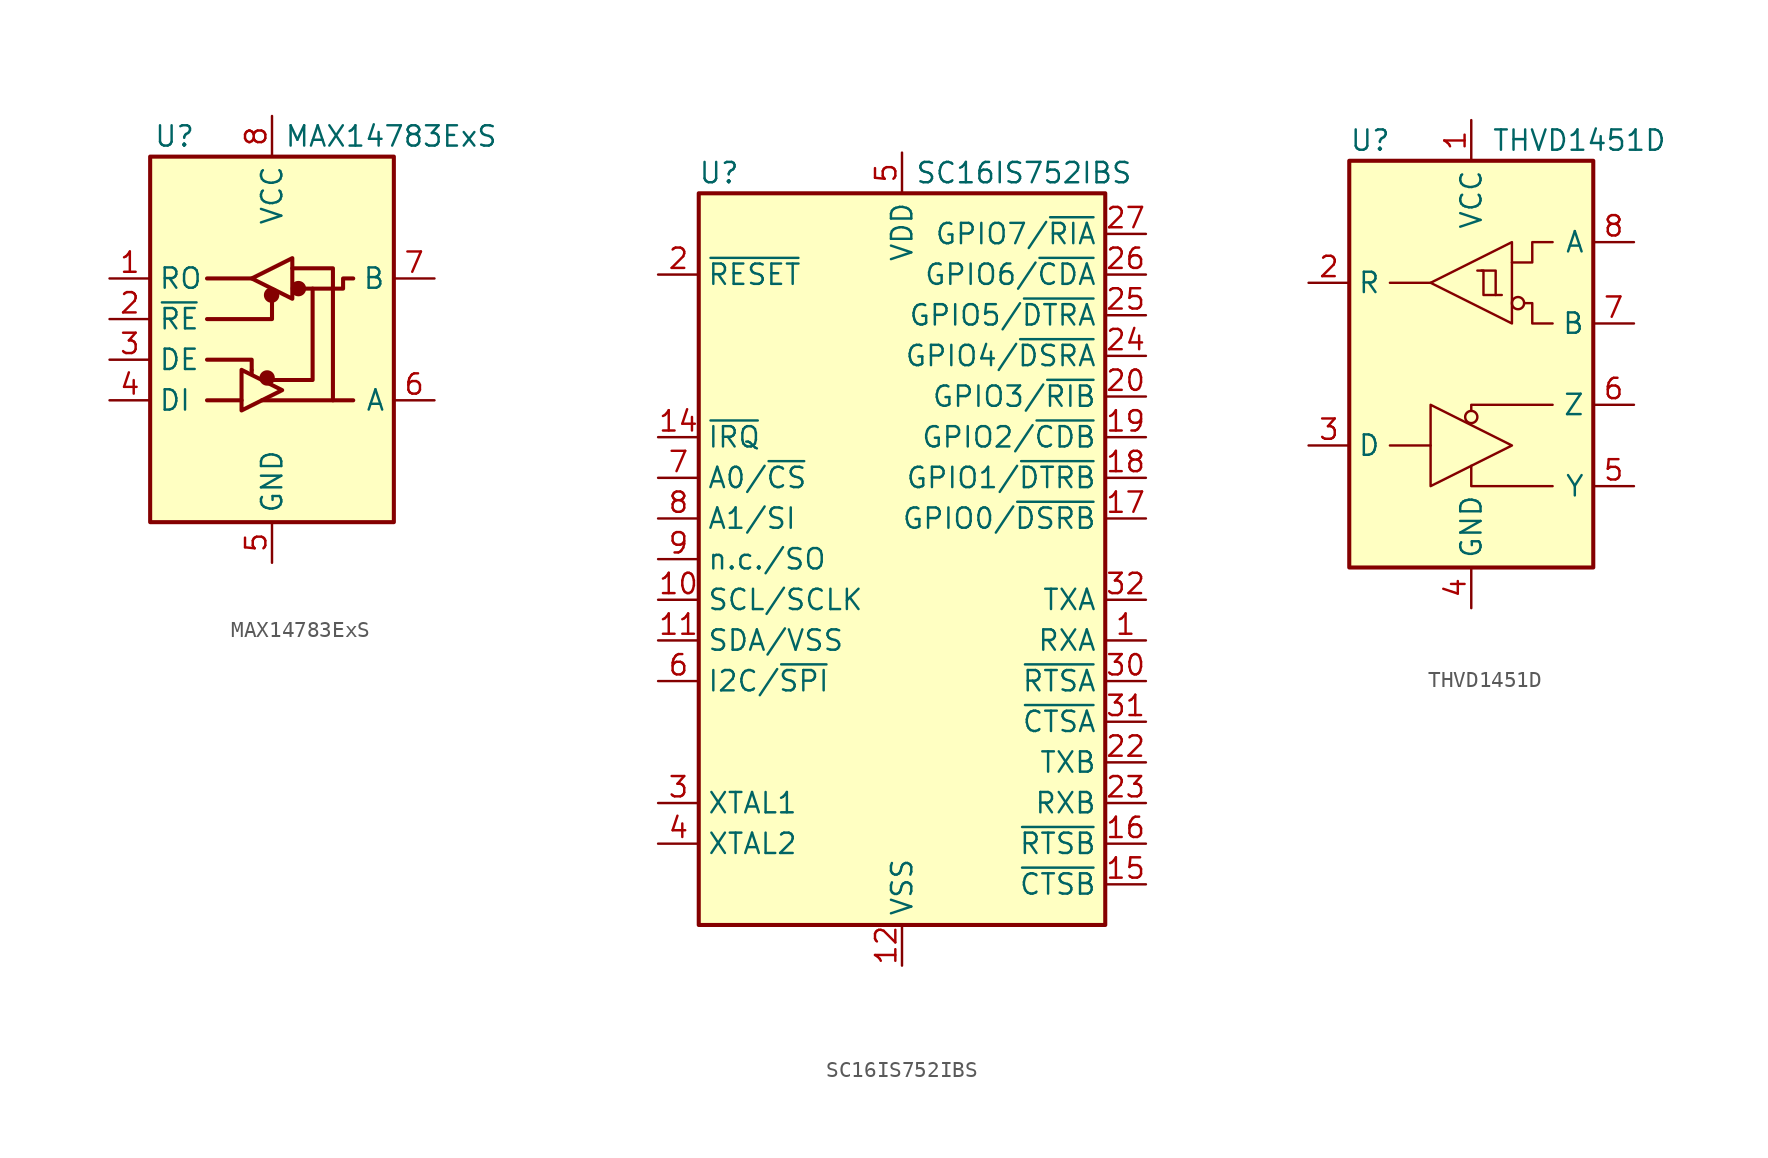
<source format=kicad_sym>
(kicad_symbol_lib
  (version 20220914)
  (generator kicad_symbol_editor)
  (symbol "MAX14783ExS"
    (property "Reference" "U"
      (at -6.096 11.43 0)
      (effects (font (size 1.27 1.27))))
    (property "Value" "MAX14783ExS"
      (at 0.762 11.43 0)
      (effects (font (size 1.27 1.27)) (justify left)))
    (symbol "MAX14783ExS_0_1"
      (rectangle (start -7.62 10.16) (end 7.62 -12.7) (stroke (width 0.254) (type default)) (fill (type background)))
      (circle (center -0.305 -3.683) (radius 0.356) (stroke (width 0.254) (type default)) (fill (type outline)))
      (circle (center -0.025 1.499) (radius 0.356) (stroke (width 0.254) (type default)) (fill (type outline)))
      (polyline (pts (xy -4.064 -5.08) (xy -1.905 -5.08)) (stroke (width 0.254) (type default)) (fill (type none)))
      (polyline (pts (xy -4.064 2.54) (xy -1.27 2.54)) (stroke (width 0.254) (type default)) (fill (type none)))
      (polyline (pts (xy -1.27 -3.2) (xy -1.27 -3.454)) (stroke (width 0.254) (type default)) (fill (type none)))
      (polyline (pts (xy -0.635 -5.08) (xy 5.08 -5.08)) (stroke (width 0.254) (type default)) (fill (type none)))
      (polyline (pts (xy -4.064 -2.54) (xy -1.27 -2.54) (xy -1.27 -3.175)) (stroke (width 0.254) (type default)) (fill (type none)))
      (polyline (pts (xy 0 1.27) (xy 0 0) (xy -4.064 0)) (stroke (width 0.254) (type default)) (fill (type none)))
      (polyline (pts (xy 1.27 3.175) (xy 3.81 3.175) (xy 3.81 -5.08)) (stroke (width 0.254) (type default)) (fill (type none)))
      (polyline (pts (xy 2.54 1.905) (xy 2.54 -3.81) (xy 0 -3.81)) (stroke (width 0.254) (type default)) (fill (type none)))
      (polyline (pts (xy -1.905 -3.175) (xy -1.905 -5.715) (xy 0.635 -4.445) (xy -1.905 -3.175)) (stroke (width 0.254) (type default)) (fill (type none)))
      (polyline (pts (xy -1.27 2.54) (xy 1.27 3.81) (xy 1.27 1.27) (xy -1.27 2.54)) (stroke (width 0.254) (type default)) (fill (type none)))
      (polyline (pts (xy 1.905 1.905) (xy 4.445 1.905) (xy 4.445 2.54) (xy 5.08 2.54)) (stroke (width 0.254) (type default)) (fill (type none)))
      (rectangle (start 1.27 3.175) (end 1.27 3.175) (stroke (width 0) (type default)) (fill (type none)))
      (circle (center 1.651 1.905) (radius 0.356) (stroke (width 0.254) (type default)) (fill (type outline))))
    (symbol "MAX14783ExS_1_1"
      (pin output line (at -10.16 2.54 0) (length 2.54) (name "RO" (effects (font (size 1.27 1.27)))) (number "1" (effects (font (size 1.27 1.27)))))
      (pin input line (at -10.16 0 0) (length 2.54) (name "~{RE}" (effects (font (size 1.27 1.27)))) (number "2" (effects (font (size 1.27 1.27)))))
      (pin input line (at -10.16 -2.54 0) (length 2.54) (name "DE" (effects (font (size 1.27 1.27)))) (number "3" (effects (font (size 1.27 1.27)))))
      (pin input line (at -10.16 -5.08 0) (length 2.54) (name "DI" (effects (font (size 1.27 1.27)))) (number "4" (effects (font (size 1.27 1.27)))))
      (pin power_in line (at 0 -15.24 90) (length 2.54) (name "GND" (effects (font (size 1.27 1.27)))) (number "5" (effects (font (size 1.27 1.27)))))
      (pin bidirectional line (at 10.16 -5.08 180) (length 2.54) (name "A" (effects (font (size 1.27 1.27)))) (number "6" (effects (font (size 1.27 1.27)))))
      (pin bidirectional line (at 10.16 2.54 180) (length 2.54) (name "B" (effects (font (size 1.27 1.27)))) (number "7" (effects (font (size 1.27 1.27)))))
      (pin power_in line (at 0 12.7 270) (length 2.54) (name "VCC" (effects (font (size 1.27 1.27)))) (number "8" (effects (font (size 1.27 1.27)))))))
  (symbol "SC16IS752IBS"
    (property "Reference" "U"
      (at -11.43 24.13 0)
      (effects (font (size 1.27 1.27))))
    (property "Value" "SC16IS752IBS"
      (at 7.62 24.13 0)
      (effects (font (size 1.27 1.27))))
    (symbol "SC16IS752IBS_0_1"
      (rectangle (start -12.7 22.86) (end 12.7 -22.86) (stroke (width 0.254) (type default)) (fill (type background))))
    (symbol "SC16IS752IBS_1_1"
      (pin input line (at 15.24 -5.08 180) (length 2.54) (name "RXA" (effects (font (size 1.27 1.27)))) (number "1" (effects (font (size 1.27 1.27)))))
      (pin input line (at -15.24 -2.54 0) (length 2.54) (name "SCL/SCLK" (effects (font (size 1.27 1.27)))) (number "10" (effects (font (size 1.27 1.27)))))
      (pin bidirectional line (at -15.24 -5.08 0) (length 2.54) (name "SDA/VSS" (effects (font (size 1.27 1.27)))) (number "11" (effects (font (size 1.27 1.27)))))
      (pin power_in line (at 0 -25.4 90) (length 2.54) (name "VSS" (effects (font (size 1.27 1.27)))) (number "12" (effects (font (size 1.27 1.27)))))
      (pin passive line (at 0 25.4 270) (length 2.54) hide (name "VDD" (effects (font (size 1.27 1.27)))) (number "13" (effects (font (size 1.27 1.27)))))
      (pin open_collector line (at -15.24 7.62 0) (length 2.54) (name "~{IRQ}" (effects (font (size 1.27 1.27)))) (number "14" (effects (font (size 1.27 1.27)))))
      (pin input line (at 15.24 -20.32 180) (length 2.54) (name "~{CTSB}" (effects (font (size 1.27 1.27)))) (number "15" (effects (font (size 1.27 1.27)))))
      (pin output line (at 15.24 -17.78 180) (length 2.54) (name "~{RTSB}" (effects (font (size 1.27 1.27)))) (number "16" (effects (font (size 1.27 1.27)))))
      (pin bidirectional line (at 15.24 2.54 180) (length 2.54) (name "GPIO0/~{DSRB}" (effects (font (size 1.27 1.27)))) (number "17" (effects (font (size 1.27 1.27)))))
      (pin bidirectional line (at 15.24 5.08 180) (length 2.54) (name "GPIO1/~{DTRB}" (effects (font (size 1.27 1.27)))) (number "18" (effects (font (size 1.27 1.27)))))
      (pin bidirectional line (at 15.24 7.62 180) (length 2.54) (name "GPIO2/~{CDB}" (effects (font (size 1.27 1.27)))) (number "19" (effects (font (size 1.27 1.27)))))
      (pin input line (at -15.24 17.78 0) (length 2.54) (name "~{RESET}" (effects (font (size 1.27 1.27)))) (number "2" (effects (font (size 1.27 1.27)))))
      (pin bidirectional line (at 15.24 10.16 180) (length 2.54) (name "GPIO3/~{RIB}" (effects (font (size 1.27 1.27)))) (number "20" (effects (font (size 1.27 1.27)))))
      (pin passive line (at 0 -25.4 90) (length 2.54) hide (name "VSS" (effects (font (size 1.27 1.27)))) (number "21" (effects (font (size 1.27 1.27)))))
      (pin output line (at 15.24 -12.7 180) (length 2.54) (name "TXB" (effects (font (size 1.27 1.27)))) (number "22" (effects (font (size 1.27 1.27)))))
      (pin input line (at 15.24 -15.24 180) (length 2.54) (name "RXB" (effects (font (size 1.27 1.27)))) (number "23" (effects (font (size 1.27 1.27)))))
      (pin bidirectional line (at 15.24 12.7 180) (length 2.54) (name "GPIO4/~{DSRA}" (effects (font (size 1.27 1.27)))) (number "24" (effects (font (size 1.27 1.27)))))
      (pin bidirectional line (at 15.24 15.24 180) (length 2.54) (name "GPIO5/~{DTRA}" (effects (font (size 1.27 1.27)))) (number "25" (effects (font (size 1.27 1.27)))))
      (pin bidirectional line (at 15.24 17.78 180) (length 2.54) (name "GPIO6/~{CDA}" (effects (font (size 1.27 1.27)))) (number "26" (effects (font (size 1.27 1.27)))))
      (pin bidirectional line (at 15.24 20.32 180) (length 2.54) (name "GPIO7/~{RIA}" (effects (font (size 1.27 1.27)))) (number "27" (effects (font (size 1.27 1.27)))))
      (pin passive line (at 0 25.4 270) (length 2.54) hide (name "VDD" (effects (font (size 1.27 1.27)))) (number "28" (effects (font (size 1.27 1.27)))))
      (pin passive line (at 0 -25.4 90) (length 2.54) hide (name "VSS" (effects (font (size 1.27 1.27)))) (number "29" (effects (font (size 1.27 1.27)))))
      (pin input line (at -15.24 -15.24 0) (length 2.54) (name "XTAL1" (effects (font (size 1.27 1.27)))) (number "3" (effects (font (size 1.27 1.27)))))
      (pin output line (at 15.24 -7.62 180) (length 2.54) (name "~{RTSA}" (effects (font (size 1.27 1.27)))) (number "30" (effects (font (size 1.27 1.27)))))
      (pin input line (at 15.24 -10.16 180) (length 2.54) (name "~{CTSA}" (effects (font (size 1.27 1.27)))) (number "31" (effects (font (size 1.27 1.27)))))
      (pin output line (at 15.24 -2.54 180) (length 2.54) (name "TXA" (effects (font (size 1.27 1.27)))) (number "32" (effects (font (size 1.27 1.27)))))
      (pin passive line (at 0 -25.4 90) (length 2.54) hide (name "VSS" (effects (font (size 1.27 1.27)))) (number "33" (effects (font (size 1.27 1.27)))))
      (pin output line (at -15.24 -17.78 0) (length 2.54) (name "XTAL2" (effects (font (size 1.27 1.27)))) (number "4" (effects (font (size 1.27 1.27)))))
      (pin power_in line (at 0 25.4 270) (length 2.54) (name "VDD" (effects (font (size 1.27 1.27)))) (number "5" (effects (font (size 1.27 1.27)))))
      (pin input line (at -15.24 -7.62 0) (length 2.54) (name "I2C/~{SPI}" (effects (font (size 1.27 1.27)))) (number "6" (effects (font (size 1.27 1.27)))))
      (pin input line (at -15.24 5.08 0) (length 2.54) (name "A0/~{CS}" (effects (font (size 1.27 1.27)))) (number "7" (effects (font (size 1.27 1.27)))))
      (pin input line (at -15.24 2.54 0) (length 2.54) (name "A1/SI" (effects (font (size 1.27 1.27)))) (number "8" (effects (font (size 1.27 1.27)))))
      (pin output line (at -15.24 0 0) (length 2.54) (name "n.c./SO" (effects (font (size 1.27 1.27)))) (number "9" (effects (font (size 1.27 1.27)))))))
  (symbol "THVD1451D"
    (property "Reference" "U"
      (at -7.62 13.97 0)
      (effects (font (size 1.27 1.27)) (justify left)))
    (property "Value" "THVD1451D"
      (at 1.27 13.97 0)
      (effects (font (size 1.27 1.27)) (justify left)))
    (symbol "THVD1451D_0_1"
      (rectangle (start -7.62 12.7) (end 7.62 -12.7) (stroke (width 0.254) (type default)) (fill (type background)))
      (circle (center 0 -3.302) (radius 0.381) (stroke (width 0) (type default)) (fill (type none)))
      (polyline (pts (xy -5.08 -5.08) (xy -2.54 -5.08)) (stroke (width 0) (type default)) (fill (type none)))
      (polyline (pts (xy -2.54 5.08) (xy -5.08 5.08)) (stroke (width 0) (type default)) (fill (type none)))
      (polyline (pts (xy 1.524 4.318) (xy 1.524 5.842) (xy 0.635 5.842)) (stroke (width 0) (type default)) (fill (type none)))
      (polyline (pts (xy 5.08 -7.62) (xy 0 -7.62) (xy 0 -6.35)) (stroke (width 0) (type default)) (fill (type none)))
      (polyline (pts (xy 5.08 -2.54) (xy 0 -2.54) (xy 0 -2.921)) (stroke (width 0) (type default)) (fill (type none)))
      (polyline (pts (xy -2.54 -2.54) (xy -2.54 -7.62) (xy 2.54 -5.08) (xy -2.54 -2.54)) (stroke (width 0) (type default)) (fill (type none)))
      (polyline (pts (xy 2.54 6.35) (xy 3.81 6.35) (xy 3.81 7.62) (xy 5.08 7.62)) (stroke (width 0) (type default)) (fill (type none)))
      (polyline (pts (xy 2.54 7.62) (xy 2.54 2.54) (xy -2.54 5.08) (xy 2.54 7.62)) (stroke (width 0) (type default)) (fill (type none)))
      (polyline (pts (xy 3.302 3.81) (xy 3.81 3.81) (xy 3.81 2.54) (xy 5.08 2.54)) (stroke (width 0) (type default)) (fill (type none)))
      (polyline (pts (xy 1.905 4.318) (xy 0.889 4.318) (xy 0.762 4.318) (xy 0.762 5.842) (xy 0.381 5.842)) (stroke (width 0) (type default)) (fill (type none)))
      (circle (center 2.921 3.81) (radius 0.381) (stroke (width 0) (type default)) (fill (type none))))
    (symbol "THVD1451D_1_1"
      (pin power_in line (at 0 15.24 270) (length 2.54) (name "VCC" (effects (font (size 1.27 1.27)))) (number "1" (effects (font (size 1.27 1.27)))))
      (pin output line (at -10.16 5.08 0) (length 2.54) (name "R" (effects (font (size 1.27 1.27)))) (number "2" (effects (font (size 1.27 1.27)))))
      (pin input line (at -10.16 -5.08 0) (length 2.54) (name "D" (effects (font (size 1.27 1.27)))) (number "3" (effects (font (size 1.27 1.27)))))
      (pin power_in line (at 0 -15.24 90) (length 2.54) (name "GND" (effects (font (size 1.27 1.27)))) (number "4" (effects (font (size 1.27 1.27)))))
      (pin output line (at 10.16 -7.62 180) (length 2.54) (name "Y" (effects (font (size 1.27 1.27)))) (number "5" (effects (font (size 1.27 1.27)))))
      (pin output line (at 10.16 -2.54 180) (length 2.54) (name "Z" (effects (font (size 1.27 1.27)))) (number "6" (effects (font (size 1.27 1.27)))))
      (pin input line (at 10.16 2.54 180) (length 2.54) (name "B" (effects (font (size 1.27 1.27)))) (number "7" (effects (font (size 1.27 1.27)))))
      (pin input line (at 10.16 7.62 180) (length 2.54) (name "A" (effects (font (size 1.27 1.27)))) (number "8" (effects (font (size 1.27 1.27))))))))
</source>
